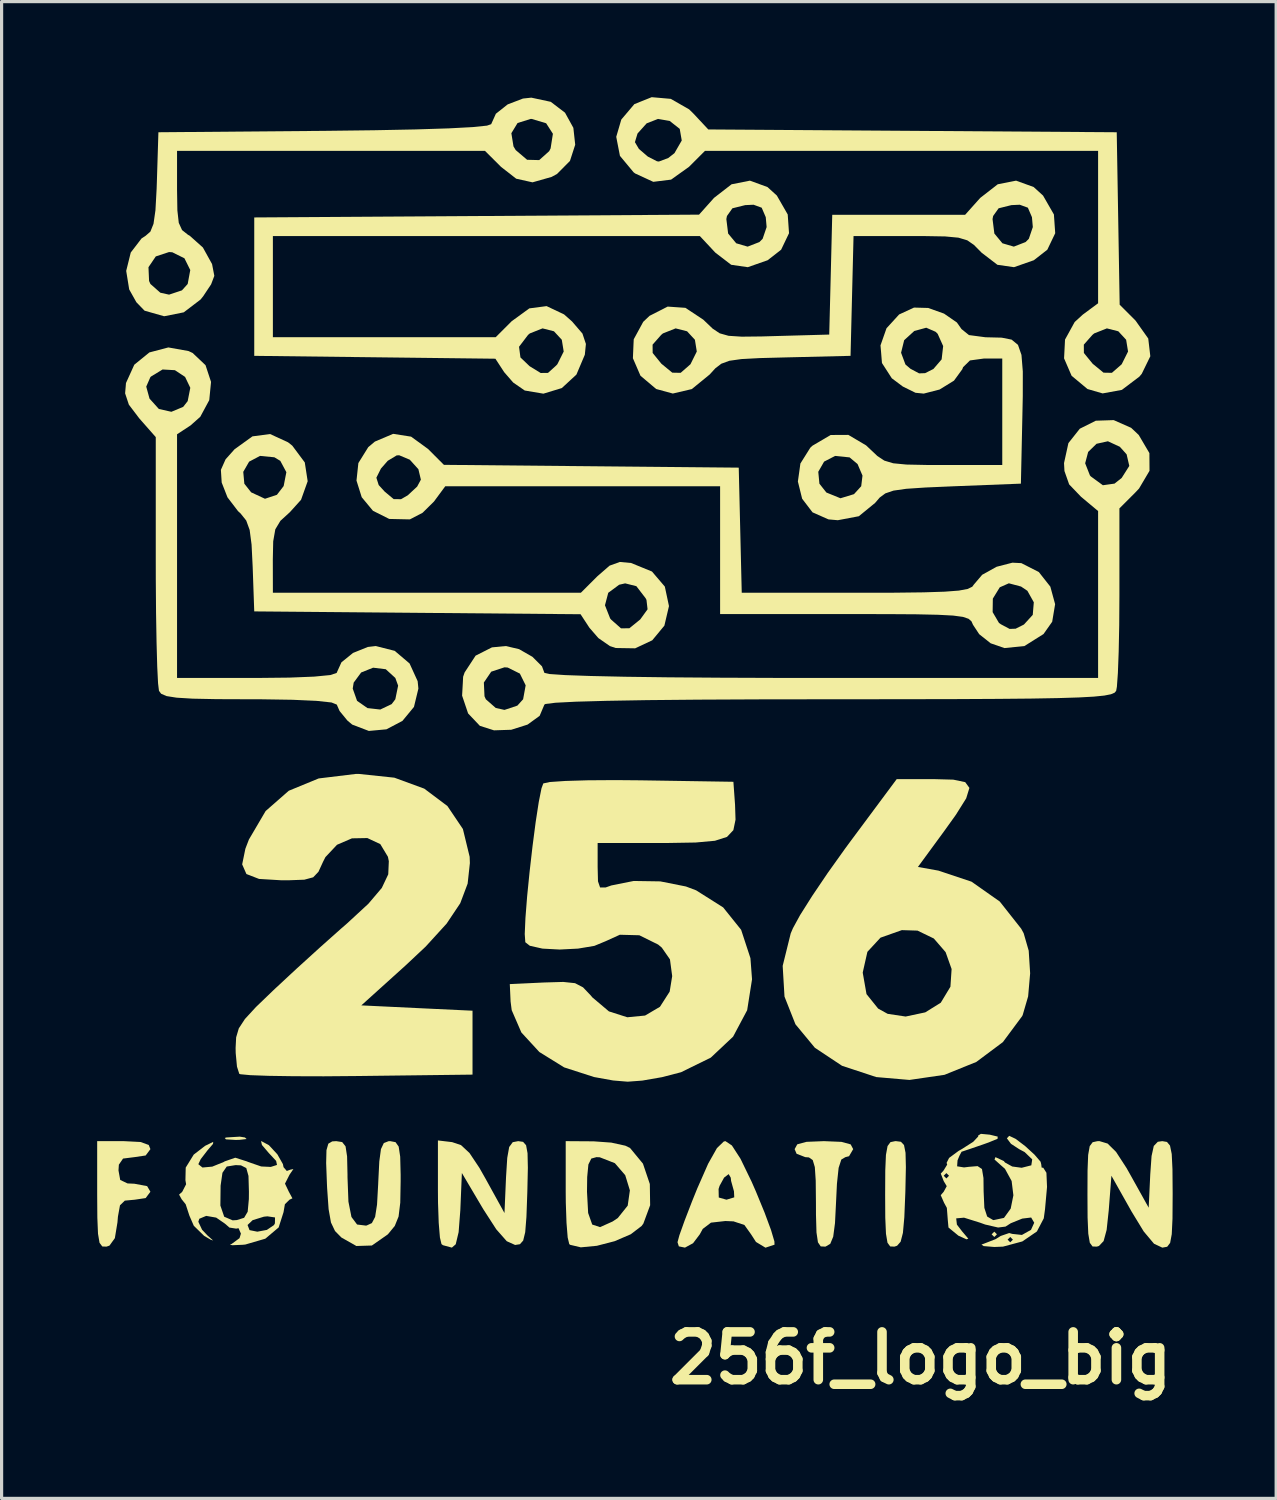
<source format=kicad_pcb>
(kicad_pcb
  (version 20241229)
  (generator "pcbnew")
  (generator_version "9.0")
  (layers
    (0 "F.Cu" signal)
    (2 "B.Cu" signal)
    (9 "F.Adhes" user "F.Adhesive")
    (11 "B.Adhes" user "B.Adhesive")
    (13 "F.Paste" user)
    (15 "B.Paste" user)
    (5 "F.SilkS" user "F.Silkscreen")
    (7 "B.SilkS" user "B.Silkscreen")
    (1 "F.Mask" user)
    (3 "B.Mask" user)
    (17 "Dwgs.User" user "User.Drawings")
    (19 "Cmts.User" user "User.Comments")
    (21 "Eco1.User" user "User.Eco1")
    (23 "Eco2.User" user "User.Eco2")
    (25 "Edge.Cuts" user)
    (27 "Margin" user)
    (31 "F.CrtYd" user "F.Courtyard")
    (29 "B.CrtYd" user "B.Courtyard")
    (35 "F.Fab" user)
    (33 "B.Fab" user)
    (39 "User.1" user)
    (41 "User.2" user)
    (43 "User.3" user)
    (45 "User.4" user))
  (footprint "256f_logo_big"
    (layer "F.Cu")
    (at 16.878 19.566)
    (property "Reference" "256f_logo_big" (at 8.97 20.01 0) (layer "F.SilkS") (effects (font (size 1.5 1.5) (thickness 0.3))))
    (attr board_only exclude_from_pos_files exclude_from_bom)
    (fp_poly (pts (xy 11.363 16.126) (xy 11.28 16.209) (xy 11.196 16.126) (xy 11.28 16.042)) (stroke (width 0) (type solid)) (fill yes) (layer "F.SilkS"))
    (fp_poly (pts (xy -12.24 13.086) (xy -12.188 13.135) (xy -12.42 13.161) (xy -12.533 13.163) (xy -12.837 13.145) (xy -12.873 13.102) (xy -12.825 13.086) (xy -12.402 13.06)) (stroke (width 0) (type solid)) (fill yes) (layer "F.SilkS"))
    (fp_poly (pts (xy 8.35 13.221) (xy 8.446 13.323) (xy 8.494 13.567) (xy 8.505 14.015) (xy 8.49 14.728) (xy 8.487 14.829) (xy 8.456 15.591) (xy 8.412 16.08) (xy 8.34 16.358) (xy 8.229 16.484) (xy 8.146 16.512) (xy 8.013 16.506) (xy 7.928 16.391) (xy 7.88 16.108) (xy 7.858 15.6) (xy 7.854 14.885) (xy 7.858 14.121) (xy 7.879 13.632) (xy 7.93 13.355) (xy 8.021 13.232) (xy 8.166 13.202) (xy 8.194 13.201)) (stroke (width 0) (type solid)) (fill yes) (layer "F.SilkS"))
    (fp_poly (pts (xy -15.517 13.228) (xy -15.26 13.321) (xy -15.207 13.452) (xy -15.356 13.651) (xy -15.708 13.703) (xy -16.066 13.748) (xy -16.197 13.939) (xy -16.209 14.12) (xy -16.155 14.419) (xy -15.926 14.528) (xy -15.708 14.538) (xy -15.31 14.613) (xy -15.207 14.789) (xy -15.356 14.988) (xy -15.698 15.039) (xy -16.01 15.068) (xy -16.162 15.215) (xy -16.227 15.573) (xy -16.241 15.748) (xy -16.323 16.246) (xy -16.492 16.48) (xy -16.585 16.512) (xy -16.718 16.507) (xy -16.804 16.391) (xy -16.852 16.107) (xy -16.873 15.599) (xy -16.878 14.885) (xy -16.878 13.201) (xy -16.042 13.201)) (stroke (width 0) (type solid)) (fill yes) (layer "F.SilkS"))
    (fp_poly (pts (xy 6.486 13.224) (xy 6.772 13.303) (xy 6.851 13.452) (xy 6.721 13.674) (xy 6.607 13.703) (xy 6.479 13.778) (xy 6.394 14.039) (xy 6.341 14.54) (xy 6.315 15.079) (xy 6.28 15.774) (xy 6.224 16.2) (xy 6.132 16.423) (xy 5.987 16.509) (xy 5.974 16.512) (xy 5.832 16.505) (xy 5.745 16.377) (xy 5.699 16.067) (xy 5.683 15.513) (xy 5.682 15.135) (xy 5.675 14.441) (xy 5.647 14.016) (xy 5.581 13.795) (xy 5.462 13.712) (xy 5.347 13.703) (xy 5.075 13.598) (xy 5.013 13.452) (xy 5.096 13.301) (xy 5.385 13.223) (xy 5.932 13.201)) (stroke (width 0) (type solid)) (fill yes) (layer "F.SilkS"))
    (fp_poly (pts (xy -5.737 13.232) (xy -5.459 13.325) (xy -5.193 13.572) (xy -4.884 14.035) (xy -4.693 14.371) (xy -4.094 15.457) (xy -4.045 14.329) (xy -4.007 13.726) (xy -3.946 13.385) (xy -3.835 13.234) (xy -3.663 13.201) (xy -3.51 13.223) (xy -3.416 13.329) (xy -3.37 13.58) (xy -3.36 14.038) (xy -3.376 14.764) (xy -3.378 14.831) (xy -3.405 15.581) (xy -3.443 16.058) (xy -3.507 16.322) (xy -3.609 16.436) (xy -3.76 16.46) (xy -4.022 16.342) (xy -4.352 15.968) (xy -4.763 15.331) (xy -5.431 14.201) (xy -5.48 15.372) (xy -5.533 16.057) (xy -5.624 16.438) (xy -5.745 16.543) (xy -6.026 16.467) (xy -6.071 16.432) (xy -6.12 16.226) (xy -6.158 15.766) (xy -6.18 15.132) (xy -6.183 14.75) (xy -6.183 13.179)) (stroke (width 0) (type solid)) (fill yes) (layer "F.SilkS"))
    (fp_poly (pts (xy -1.295 13.207) (xy -0.742 13.247) (xy -0.3 13.344) (xy -0.153 13.416) (xy 0.252 13.907) (xy 0.468 14.546) (xy 0.478 15.213) (xy 0.265 15.789) (xy 0.209 15.865) (xy -0.131 16.124) (xy -0.636 16.341) (xy -1.195 16.486) (xy -1.698 16.534) (xy -2.033 16.455) (xy -2.061 16.432) (xy -2.11 16.226) (xy -2.147 15.766) (xy -2.169 15.133) (xy -2.172 14.789) (xy -1.504 14.789) (xy -1.468 15.456) (xy -1.34 15.819) (xy -1.094 15.9) (xy -0.702 15.724) (xy -0.538 15.615) (xy -0.226 15.225) (xy -0.158 14.746) (xy -0.304 14.27) (xy -0.629 13.893) (xy -1.102 13.708) (xy -1.207 13.703) (xy -1.369 13.748) (xy -1.46 13.933) (xy -1.498 14.328) (xy -1.504 14.789) (xy -2.172 14.789) (xy -2.172 14.761) (xy -2.172 13.201)) (stroke (width 0) (type solid)) (fill yes) (layer "F.SilkS"))
    (fp_poly (pts (xy 3.044 13.337) (xy 3.314 13.754) (xy 3.661 14.47) (xy 3.797 14.78) (xy 4.07 15.444) (xy 4.272 15.99) (xy 4.378 16.348) (xy 4.382 16.451) (xy 4.098 16.545) (xy 3.8 16.365) (xy 3.646 16.126) (xy 3.437 15.833) (xy 3.095 15.719) (xy 2.841 15.708) (xy 2.387 15.759) (xy 2.129 15.956) (xy 2.036 16.126) (xy 1.825 16.405) (xy 1.571 16.543) (xy 1.379 16.504) (xy 1.337 16.373) (xy 1.397 16.152) (xy 1.558 15.701) (xy 1.792 15.094) (xy 1.95 14.703) (xy 2.626 14.703) (xy 2.632 14.97) (xy 2.874 15.039) (xy 3.118 14.965) (xy 3.109 14.775) (xy 3.019 14.45) (xy 3.008 14.348) (xy 2.943 14.236) (xy 2.799 14.346) (xy 2.658 14.603) (xy 2.626 14.703) (xy 1.95 14.703) (xy 1.95 14.702) (xy 2.299 13.909) (xy 2.575 13.419) (xy 2.79 13.212) (xy 2.841 13.201)) (stroke (width 0) (type solid)) (fill yes) (layer "F.SilkS"))
    (fp_poly (pts (xy 16.7 13.226) (xy 16.795 13.341) (xy 16.849 13.605) (xy 16.872 14.08) (xy 16.878 14.826) (xy 16.878 14.872) (xy 16.873 15.634) (xy 16.85 16.121) (xy 16.799 16.395) (xy 16.706 16.516) (xy 16.56 16.543) (xy 16.552 16.543) (xy 16.293 16.421) (xy 15.97 16.036) (xy 15.591 15.415) (xy 14.956 14.287) (xy 14.872 15.372) (xy 14.806 15.987) (xy 14.711 16.338) (xy 14.564 16.492) (xy 14.496 16.512) (xy 14.363 16.507) (xy 14.278 16.391) (xy 14.23 16.107) (xy 14.208 15.599) (xy 14.204 14.885) (xy 14.207 14.123) (xy 14.226 13.634) (xy 14.275 13.358) (xy 14.367 13.235) (xy 14.515 13.202) (xy 14.583 13.201) (xy 14.837 13.277) (xy 15.102 13.539) (xy 15.428 14.041) (xy 15.544 14.246) (xy 16.126 15.29) (xy 16.175 14.246) (xy 16.216 13.669) (xy 16.286 13.352) (xy 16.412 13.221) (xy 16.551 13.201)) (stroke (width 0) (type solid)) (fill yes) (layer "F.SilkS"))
    (fp_poly (pts (xy -7.513 13.233) (xy -7.415 13.372) (xy -7.367 13.689) (xy -7.353 14.251) (xy -7.353 14.462) (xy -7.365 15.133) (xy -7.418 15.567) (xy -7.537 15.862) (xy -7.743 16.113) (xy -7.763 16.133) (xy -8.256 16.477) (xy -8.743 16.492) (xy -9.212 16.226) (xy -9.413 16.022) (xy -9.54 15.754) (xy -9.614 15.336) (xy -9.66 14.683) (xy -9.666 14.555) (xy -9.691 13.886) (xy -9.681 13.484) (xy -9.623 13.281) (xy -9.501 13.209) (xy -9.376 13.201) (xy -9.188 13.23) (xy -9.082 13.365) (xy -9.034 13.68) (xy -9.021 14.247) (xy -9.021 14.329) (xy -8.992 15.1) (xy -8.897 15.582) (xy -8.72 15.818) (xy -8.443 15.852) (xy -8.419 15.848) (xy -8.256 15.773) (xy -8.154 15.578) (xy -8.094 15.193) (xy -8.058 14.548) (xy -8.056 14.495) (xy -8.023 13.839) (xy -7.971 13.451) (xy -7.881 13.261) (xy -7.733 13.203) (xy -7.68 13.201)) (stroke (width 0) (type solid)) (fill yes) (layer "F.SilkS"))
    (fp_poly (pts (xy 9.994 1.855) (xy 10.367 1.933) (xy 10.499 2.114) (xy 10.398 2.442) (xy 10.074 2.958) (xy 9.706 3.472) (xy 8.883 4.595) (xy 9.526 4.71) (xy 10.565 5.057) (xy 11.451 5.68) (xy 12.125 6.534) (xy 12.202 6.676) (xy 12.36 7.223) (xy 12.405 7.934) (xy 12.342 8.657) (xy 12.172 9.241) (xy 12.154 9.278) (xy 11.549 10.093) (xy 10.716 10.715) (xy 9.718 11.119) (xy 8.617 11.28) (xy 7.574 11.19) (xy 6.501 10.836) (xy 5.649 10.271) (xy 5.039 9.534) (xy 4.695 8.664) (xy 4.651 7.922) (xy 7.152 7.922) (xy 7.269 8.586) (xy 7.634 9.04) (xy 7.932 9.205) (xy 8.497 9.29) (xy 9.113 9.159) (xy 9.6 8.856) (xy 9.903 8.354) (xy 9.94 7.799) (xy 9.752 7.269) (xy 9.382 6.841) (xy 8.87 6.593) (xy 8.378 6.578) (xy 7.708 6.815) (xy 7.297 7.259) (xy 7.152 7.902) (xy 7.152 7.922) (xy 4.651 7.922) (xy 4.638 7.7) (xy 4.89 6.681) (xy 4.96 6.517) (xy 5.184 6.107) (xy 5.564 5.505) (xy 6.052 4.783) (xy 6.6 4.015) (xy 6.757 3.802) (xy 8.217 1.838) (xy 9.372 1.838)) (stroke (width 0) (type solid)) (fill yes) (layer "F.SilkS"))
    (fp_poly (pts (xy -7.55 1.793) (xy -6.612 2.137) (xy -5.885 2.683) (xy -5.399 3.404) (xy -5.187 4.276) (xy -5.18 4.474) (xy -5.25 5.118) (xy -5.482 5.734) (xy -5.91 6.374) (xy -6.567 7.094) (xy -7.202 7.69) (xy -8.587 8.94) (xy -6.842 9.024) (xy -5.097 9.107) (xy -5.097 10.11) (xy -5.097 11.113) (xy -8.7 11.157) (xy -9.766 11.166) (xy -10.717 11.163) (xy -11.503 11.151) (xy -12.075 11.13) (xy -12.382 11.101) (xy -12.418 11.088) (xy -12.49 10.862) (xy -12.53 10.437) (xy -12.533 10.277) (xy -12.516 9.943) (xy -12.433 9.662) (xy -12.24 9.367) (xy -11.892 8.989) (xy -11.343 8.461) (xy -11.305 8.425) (xy -10.627 7.795) (xy -9.89 7.125) (xy -9.222 6.53) (xy -9.034 6.367) (xy -8.364 5.748) (xy -7.944 5.253) (xy -7.742 4.826) (xy -7.724 4.415) (xy -7.752 4.276) (xy -7.991 3.879) (xy -8.398 3.688) (xy -8.881 3.697) (xy -9.35 3.899) (xy -9.714 4.286) (xy -9.789 4.434) (xy -9.933 4.747) (xy -10.098 4.92) (xy -10.376 4.995) (xy -10.862 5.013) (xy -11.103 5.013) (xy -11.797 4.971) (xy -12.194 4.817) (xy -12.327 4.514) (xy -12.226 4.022) (xy -12.115 3.733) (xy -11.59 2.839) (xy -10.864 2.203) (xy -9.926 1.817) (xy -8.764 1.676) (xy -8.667 1.675)) (stroke (width 0) (type solid)) (fill yes) (layer "F.SilkS"))
    (fp_poly (pts (xy 1.126 -19.513) (xy 1.702 -19.183) (xy 1.836 -19.052) (xy 2.303 -18.553) (xy 8.713 -18.509) (xy 15.123 -18.465) (xy 15.169 -15.758) (xy 15.215 -13.052) (xy 15.712 -12.555) (xy 16.112 -11.991) (xy 16.177 -11.434) (xy 15.908 -10.883) (xy 15.833 -10.794) (xy 15.284 -10.379) (xy 14.68 -10.268) (xy 14.204 -10.406) (xy 13.706 -10.822) (xy 13.47 -11.368) (xy 13.492 -11.799) (xy 14.09 -11.799) (xy 14.092 -11.537) (xy 14.367 -11.2) (xy 14.371 -11.196) (xy 14.709 -10.919) (xy 14.971 -10.914) (xy 15.275 -11.18) (xy 15.279 -11.184) (xy 15.478 -11.583) (xy 15.418 -11.952) (xy 15.172 -12.218) (xy 14.814 -12.309) (xy 14.415 -12.151) (xy 14.359 -12.104) (xy 14.09 -11.799) (xy 13.492 -11.799) (xy 13.5 -11.958) (xy 13.803 -12.509) (xy 14.058 -12.742) (xy 14.538 -13.097) (xy 14.538 -15.489) (xy 14.538 -17.88) (xy 8.368 -17.88) (xy 2.198 -17.88) (xy 1.697 -17.379) (xy 1.135 -16.978) (xy 0.576 -16.909) (xy 0.008 -17.171) (xy -0.042 -17.209) (xy -0.47 -17.724) (xy -0.554 -18.154) (xy 0 -18.154) (xy 0.126 -17.941) (xy 0.406 -17.701) (xy 0.693 -17.554) (xy 0.752 -17.546) (xy 1.046 -17.656) (xy 1.241 -17.809) (xy 1.47 -18.206) (xy 1.407 -18.571) (xy 1.091 -18.82) (xy 0.724 -18.883) (xy 0.368 -18.744) (xy 0.082 -18.425) (xy 0 -18.154) (xy -0.554 -18.154) (xy -0.586 -18.322) (xy -0.427 -18.864) (xy -0.017 -19.348) (xy 0.527 -19.566)) (stroke (width 0) (type solid)) (fill yes) (layer "F.SilkS"))
    (fp_poly (pts (xy 4.161 -16.745) (xy 4.455 -16.478) (xy 4.796 -15.885) (xy 4.837 -15.296) (xy 4.589 -14.778) (xy 4.166 -14.448) (xy 3.543 -14.23) (xy 3.022 -14.305) (xy 2.525 -14.686) (xy 2.507 -14.705) (xy 2.038 -15.207) (xy -4.662 -15.207) (xy -11.363 -15.207) (xy -11.363 -13.619) (xy -11.363 -12.032) (xy -7.867 -12.032) (xy -4.37 -12.032) (xy -3.869 -12.533) (xy -3.314 -12.937) (xy -2.772 -13.008) (xy -2.224 -12.748) (xy -1.973 -12.526) (xy -1.647 -12.147) (xy -1.538 -11.82) (xy -1.572 -11.482) (xy -1.836 -10.859) (xy -2.294 -10.436) (xy -2.872 -10.26) (xy -3.458 -10.359) (xy -3.821 -10.61) (xy -4.102 -10.933) (xy -4.379 -11.357) (xy -8.164 -11.402) (xy -11.948 -11.447) (xy -11.948 -11.732) (xy -3.637 -11.732) (xy -3.593 -11.397) (xy -3.305 -11.122) (xy -2.958 -10.909) (xy -2.728 -10.912) (xy -2.472 -11.143) (xy -2.434 -11.184) (xy -2.235 -11.583) (xy -2.295 -11.952) (xy -2.541 -12.218) (xy -2.899 -12.309) (xy -3.298 -12.151) (xy -3.354 -12.104) (xy -3.637 -11.732) (xy -11.948 -11.732) (xy -11.948 -13.619) (xy -11.948 -15.74) (xy 2.87 -15.74) (xy 2.926 -15.286) (xy 3.18 -14.98) (xy 3.538 -14.875) (xy 3.908 -15.019) (xy 4.009 -15.121) (xy 4.134 -15.489) (xy 4.107 -15.799) (xy 3.979 -16.097) (xy 3.724 -16.19) (xy 3.462 -16.178) (xy 3.06 -16.078) (xy 2.889 -15.837) (xy 2.87 -15.74) (xy -11.948 -15.74) (xy -11.948 -15.791) (xy -4.967 -15.835) (xy 2.013 -15.879) (xy 2.484 -16.406) (xy 3.034 -16.832) (xy 3.61 -16.946)) (stroke (width 0) (type solid)) (fill yes) (layer "F.SilkS"))
    (fp_poly (pts (xy -10.888 -8.734) (xy -10.754 -8.628) (xy -10.362 -8.102) (xy -10.271 -7.512) (xy -10.479 -6.929) (xy -10.83 -6.54) (xy -11.127 -6.269) (xy -11.287 -6.002) (xy -11.353 -5.626) (xy -11.365 -5.055) (xy -11.363 -4.011) (xy -6.53 -4.011) (xy -1.697 -4.011) (xy -1.176 -4.531) (xy -0.795 -4.862) (xy -0.472 -4.978) (xy -0.119 -4.945) (xy 0.535 -4.678) (xy 0.939 -4.205) (xy 1.069 -3.593) (xy 0.925 -2.979) (xy 0.544 -2.519) (xy 0.008 -2.267) (xy -0.603 -2.277) (xy -0.784 -2.337) (xy -1.147 -2.589) (xy -1.428 -2.913) (xy -1.706 -3.337) (xy -6.827 -3.381) (xy -11.948 -3.426) (xy -11.955 -3.618) (xy -0.94 -3.618) (xy -0.777 -3.205) (xy -0.741 -3.163) (xy -0.437 -2.895) (xy -0.175 -2.896) (xy 0.16 -3.168) (xy 0.171 -3.179) (xy 0.397 -3.492) (xy 0.363 -3.787) (xy 0.337 -3.838) (xy 0.045 -4.218) (xy -0.306 -4.306) (xy -0.494 -4.263) (xy -0.837 -4.01) (xy -0.94 -3.618) (xy -11.955 -3.618) (xy -11.997 -4.818) (xy -12.032 -5.524) (xy -12.092 -5.982) (xy -12.2 -6.279) (xy -12.379 -6.502) (xy -12.457 -6.573) (xy -12.788 -7.006) (xy -12.97 -7.471) (xy -12.991 -7.806) (xy -12.293 -7.806) (xy -12.259 -7.434) (xy -12.045 -7.163) (xy -11.611 -6.961) (xy -11.236 -7.086) (xy -11.025 -7.36) (xy -10.94 -7.796) (xy -11.13 -8.151) (xy -11.316 -8.263) (xy -11.765 -8.307) (xy -12.109 -8.126) (xy -12.293 -7.806) (xy -12.991 -7.806) (xy -12.995 -7.869) (xy -12.848 -8.199) (xy -12.565 -8.516) (xy -12.004 -8.92) (xy -11.451 -8.993)) (stroke (width 0) (type solid)) (fill yes) (layer "F.SilkS"))
    (fp_poly (pts (xy 0.18 1.876) (xy 3.091 1.922) (xy 3.143 2.644) (xy 3.158 3.112) (xy 3.09 3.44) (xy 2.89 3.652) (xy 2.512 3.773) (xy 1.906 3.828) (xy 1.024 3.843) (xy 0.815 3.843) (xy -1.17 3.843) (xy -1.17 4.591) (xy -1.159 5.047) (xy -1.093 5.239) (xy -0.919 5.239) (xy -0.741 5.176) (xy -0.038 5.035) (xy 0.796 5.048) (xy 1.601 5.208) (xy 1.922 5.329) (xy 2.77 5.865) (xy 3.334 6.568) (xy 3.626 7.458) (xy 3.676 8.122) (xy 3.523 9.092) (xy 3.082 9.921) (xy 2.381 10.58) (xy 1.448 11.038) (xy 0.851 11.193) (xy 0.229 11.301) (xy -0.228 11.335) (xy -0.683 11.297) (xy -1.282 11.189) (xy -2.221 10.886) (xy -2.999 10.404) (xy -3.564 9.79) (xy -3.867 9.091) (xy -3.902 8.819) (xy -3.927 8.272) (xy -2.844 8.221) (xy -2.249 8.204) (xy -1.879 8.243) (xy -1.628 8.374) (xy -1.387 8.627) (xy -1.34 8.685) (xy -0.816 9.128) (xy -0.239 9.313) (xy 0.319 9.259) (xy 0.786 8.984) (xy 1.091 8.508) (xy 1.17 8.021) (xy 1.1 7.496) (xy 0.843 7.126) (xy 0.729 7.031) (xy 0.139 6.739) (xy -0.473 6.723) (xy -0.929 6.93) (xy -1.273 7.072) (xy -1.786 7.158) (xy -2.363 7.187) (xy -2.902 7.158) (xy -3.298 7.069) (xy -3.44 6.958) (xy -3.458 6.702) (xy -3.436 6.197) (xy -3.383 5.519) (xy -3.305 4.742) (xy -3.213 3.94) (xy -3.115 3.187) (xy -3.018 2.557) (xy -2.932 2.126) (xy -2.875 1.973) (xy -2.669 1.929) (xy -2.186 1.896) (xy -1.482 1.875) (xy -0.616 1.869)) (stroke (width 0) (type solid)) (fill yes) (layer "F.SilkS"))
    (fp_poly (pts (xy -2.641 -19.42) (xy -2.194 -19.079) (xy -1.932 -18.604) (xy -1.874 -18.074) (xy -2.039 -17.564) (xy -2.447 -17.154) (xy -2.616 -17.063) (xy -3.214 -16.893) (xy -3.726 -17.007) (xy -4.203 -17.379) (xy -4.705 -17.88) (xy -9.538 -17.88) (xy -14.371 -17.88) (xy -14.371 -16.655) (xy -14.361 -16.014) (xy -14.317 -15.622) (xy -14.214 -15.395) (xy -14.029 -15.248) (xy -13.972 -15.216) (xy -13.56 -14.848) (xy -13.272 -14.328) (xy -13.201 -13.958) (xy -13.302 -13.691) (xy -13.553 -13.314) (xy -13.634 -13.214) (xy -14.16 -12.813) (xy -14.777 -12.69) (xy -15.385 -12.863) (xy -15.394 -12.868) (xy -15.647 -13.129) (xy -15.873 -13.532) (xy -15.967 -14.114) (xy -15.938 -14.229) (xy -15.268 -14.229) (xy -15.249 -13.797) (xy -15.207 -13.703) (xy -14.896 -13.429) (xy -14.622 -13.368) (xy -14.217 -13.503) (xy -14.037 -13.703) (xy -13.956 -14.14) (xy -14.139 -14.509) (xy -14.52 -14.698) (xy -14.622 -14.705) (xy -15.038 -14.568) (xy -15.268 -14.229) (xy -15.938 -14.229) (xy -15.824 -14.69) (xy -15.485 -15.132) (xy -15.357 -15.216) (xy -15.208 -15.346) (xy -15.11 -15.59) (xy -15.049 -16.015) (xy -15.012 -16.688) (xy -15.004 -16.922) (xy -14.957 -18.435) (xy -3.878 -18.435) (xy -3.811 -18.021) (xy -3.742 -17.906) (xy -3.384 -17.601) (xy -3.004 -17.591) (xy -2.69 -17.872) (xy -2.646 -17.959) (xy -2.574 -18.417) (xy -2.786 -18.747) (xy -3.237 -18.882) (xy -3.273 -18.883) (xy -3.683 -18.755) (xy -3.878 -18.435) (xy -14.957 -18.435) (xy -14.956 -18.465) (xy -9.734 -18.509) (xy -8.178 -18.528) (xy -6.875 -18.554) (xy -5.84 -18.587) (xy -5.09 -18.627) (xy -4.642 -18.673) (xy -4.512 -18.718) (xy -4.364 -19.046) (xy -3.994 -19.339) (xy -3.513 -19.523) (xy -3.251 -19.551)) (stroke (width 0) (type solid)) (fill yes) (layer "F.SilkS"))
    (fp_poly (pts (xy 12.515 -16.746) (xy 12.81 -16.478) (xy 13.151 -15.885) (xy 13.192 -15.296) (xy 12.944 -14.778) (xy 12.521 -14.448) (xy 11.898 -14.23) (xy 11.377 -14.305) (xy 10.88 -14.686) (xy 10.862 -14.705) (xy 10.642 -14.928) (xy 10.432 -15.073) (xy 10.156 -15.156) (xy 9.739 -15.195) (xy 9.105 -15.206) (xy 8.628 -15.207) (xy 6.862 -15.207) (xy 6.815 -13.327) (xy 6.768 -11.447) (xy 4.77 -11.399) (xy 3.924 -11.377) (xy 3.344 -11.346) (xy 2.963 -11.292) (xy 2.712 -11.2) (xy 2.523 -11.055) (xy 2.347 -10.862) (xy 1.786 -10.404) (xy 1.19 -10.264) (xy 0.668 -10.406) (xy 0.175 -10.822) (xy -0.063 -11.372) (xy -0.045 -11.799) (xy 0.555 -11.799) (xy 0.557 -11.537) (xy 0.831 -11.2) (xy 0.836 -11.196) (xy 1.173 -10.919) (xy 1.436 -10.914) (xy 1.74 -11.18) (xy 1.744 -11.184) (xy 1.942 -11.583) (xy 1.883 -11.952) (xy 1.637 -12.218) (xy 1.278 -12.309) (xy 0.879 -12.151) (xy 0.824 -12.104) (xy 0.555 -11.799) (xy -0.045 -11.799) (xy -0.037 -11.967) (xy 0.261 -12.515) (xy 0.459 -12.703) (xy 1.028 -12.993) (xy 1.585 -12.954) (xy 2.147 -12.582) (xy 2.204 -12.527) (xy 2.443 -12.299) (xy 2.662 -12.154) (xy 2.939 -12.076) (xy 3.353 -12.049) (xy 3.983 -12.056) (xy 4.405 -12.068) (xy 6.099 -12.115) (xy 6.147 -13.995) (xy 6.19 -15.74) (xy 11.225 -15.74) (xy 11.282 -15.286) (xy 11.535 -14.98) (xy 11.893 -14.875) (xy 12.263 -15.019) (xy 12.364 -15.121) (xy 12.489 -15.489) (xy 12.462 -15.799) (xy 12.334 -16.097) (xy 12.079 -16.19) (xy 11.817 -16.178) (xy 11.415 -16.078) (xy 11.244 -15.837) (xy 11.225 -15.74) (xy 6.19 -15.74) (xy 6.194 -15.875) (xy 8.28 -15.875) (xy 10.365 -15.875) (xy 10.838 -16.404) (xy 11.388 -16.832) (xy 11.964 -16.946)) (stroke (width 0) (type solid)) (fill yes) (layer "F.SilkS"))
    (fp_poly (pts (xy -14.012 -11.598) (xy -13.882 -11.537) (xy -13.477 -11.154) (xy -13.304 -10.629) (xy -13.36 -10.057) (xy -13.642 -9.534) (xy -13.946 -9.264) (xy -14.371 -8.985) (xy -14.371 -5.161) (xy -14.371 -1.337) (xy -11.864 -1.337) (xy -10.843 -1.348) (xy -10.066 -1.379) (xy -9.562 -1.428) (xy -9.36 -1.495) (xy -9.358 -1.504) (xy -9.212 -1.827) (xy -8.849 -2.122) (xy -8.383 -2.31) (xy -8.134 -2.339) (xy -7.54 -2.188) (xy -7.073 -1.792) (xy -6.819 -1.236) (xy -6.796 -1.003) (xy -6.935 -0.428) (xy -7.297 0.011) (xy -7.798 0.275) (xy -8.351 0.326) (xy -8.873 0.127) (xy -9.024 0) (xy -9.269 -0.299) (xy -9.358 -0.501) (xy -9.521 -0.567) (xy -9.992 -0.618) (xy -10.746 -0.652) (xy -11.759 -0.668) (xy -12.097 -0.668) (xy -13.131 -0.672) (xy -13.879 -0.687) (xy -14.386 -0.718) (xy -14.701 -0.768) (xy -14.871 -0.842) (xy -14.938 -0.933) (xy -14.947 -1.003) (xy -8.857 -1.003) (xy -8.721 -0.619) (xy -8.394 -0.391) (xy -7.993 -0.346) (xy -7.635 -0.516) (xy -7.52 -0.668) (xy -7.432 -1.096) (xy -7.52 -1.337) (xy -7.82 -1.611) (xy -8.217 -1.659) (xy -8.592 -1.509) (xy -8.827 -1.191) (xy -8.857 -1.003) (xy -14.947 -1.003) (xy -14.967 -1.17) (xy -14.993 -1.691) (xy -15.014 -2.444) (xy -15.03 -3.378) (xy -15.038 -4.442) (xy -15.039 -5.047) (xy -15.039 -8.896) (xy -15.557 -9.485) (xy -15.884 -9.916) (xy -16.001 -10.27) (xy -15.983 -10.481) (xy -15.338 -10.481) (xy -15.235 -10.105) (xy -14.942 -9.78) (xy -14.549 -9.691) (xy -14.179 -9.845) (xy -14.037 -10.026) (xy -13.955 -10.444) (xy -14.119 -10.786) (xy -14.438 -10.997) (xy -14.825 -11.019) (xy -15.19 -10.797) (xy -15.211 -10.773) (xy -15.338 -10.481) (xy -15.983 -10.481) (xy -15.974 -10.594) (xy -15.713 -11.169) (xy -15.24 -11.554) (xy -14.644 -11.711)) (stroke (width 0) (type solid)) (fill yes) (layer "F.SilkS"))
    (fp_poly (pts (xy -7.025 -8.911) (xy -6.494 -8.525) (xy -5.995 -8.026) (xy -1.368 -7.982) (xy 3.259 -7.938) (xy 3.306 -5.974) (xy 3.353 -4.011) (xy 6.945 -4.011) (xy 8.15 -4.013) (xy 9.061 -4.024) (xy 9.72 -4.045) (xy 10.167 -4.079) (xy 10.442 -4.13) (xy 10.588 -4.2) (xy 10.637 -4.267) (xy 10.9 -4.576) (xy 11.353 -4.827) (xy 11.849 -4.955) (xy 12.129 -4.941) (xy 12.677 -4.662) (xy 13.039 -4.203) (xy 13.189 -3.653) (xy 13.097 -3.101) (xy 12.825 -2.715) (xy 12.226 -2.339) (xy 11.599 -2.275) (xy 11.166 -2.425) (xy 10.806 -2.711) (xy 10.611 -3.007) (xy 10.564 -3.113) (xy 10.472 -3.194) (xy 10.294 -3.254) (xy 9.989 -3.295) (xy 9.516 -3.32) (xy 8.834 -3.335) (xy 7.903 -3.341) (xy 6.681 -3.342) (xy 6.589 -3.342) (xy 2.674 -3.342) (xy 2.674 -3.403) (xy 11.228 -3.403) (xy 11.427 -3.064) (xy 11.488 -3.021) (xy 11.761 -2.876) (xy 11.95 -2.883) (xy 12.21 -3.014) (xy 12.487 -3.317) (xy 12.52 -3.712) (xy 12.319 -4.072) (xy 12.12 -4.206) (xy 11.737 -4.308) (xy 11.452 -4.182) (xy 11.234 -3.827) (xy 11.228 -3.403) (xy 2.674 -3.403) (xy 2.674 -5.347) (xy 2.674 -7.353) (xy -1.64 -7.353) (xy -5.953 -7.353) (xy -6.308 -6.873) (xy -6.665 -6.521) (xy -7.053 -6.319) (xy -7.077 -6.314) (xy -7.712 -6.328) (xy -8.222 -6.584) (xy -8.575 -7.01) (xy -8.739 -7.533) (xy -8.729 -7.622) (xy -8.115 -7.622) (xy -8.042 -7.392) (xy -7.854 -7.186) (xy -7.571 -6.95) (xy -7.341 -6.948) (xy -7.132 -7.068) (xy -6.835 -7.343) (xy -6.718 -7.561) (xy -6.796 -7.889) (xy -7.066 -8.187) (xy -7.399 -8.327) (xy -7.478 -8.322) (xy -7.758 -8.153) (xy -7.972 -7.908) (xy -8.115 -7.622) (xy -8.729 -7.622) (xy -8.68 -8.082) (xy -8.369 -8.582) (xy -8.162 -8.756) (xy -7.588 -8.999)) (stroke (width 0) (type solid)) (fill yes) (layer "F.SilkS"))
    (fp_poly (pts (xy 9.205 -12.95) (xy 9.702 -12.773) (xy 10.106 -12.494) (xy 10.251 -12.288) (xy 10.484 -12.099) (xy 11.006 -12.03) (xy 11.065 -12.029) (xy 11.512 -12.018) (xy 11.824 -11.956) (xy 12.023 -11.792) (xy 12.133 -11.476) (xy 12.175 -10.955) (xy 12.174 -10.181) (xy 12.162 -9.595) (xy 12.115 -7.436) (xy 9.999 -7.353) (xy 9.122 -7.315) (xy 8.515 -7.274) (xy 8.116 -7.217) (xy 7.86 -7.13) (xy 7.684 -7) (xy 7.538 -6.83) (xy 7.028 -6.413) (xy 6.368 -6.288) (xy 6.075 -6.314) (xy 5.575 -6.535) (xy 5.249 -6.962) (xy 5.115 -7.503) (xy 5.158 -7.808) (xy 5.755 -7.808) (xy 5.791 -7.434) (xy 6.01 -7.157) (xy 6.452 -6.977) (xy 6.876 -7.106) (xy 7.103 -7.355) (xy 7.143 -7.688) (xy 6.988 -8.051) (xy 6.738 -8.26) (xy 6.284 -8.306) (xy 5.938 -8.127) (xy 5.755 -7.808) (xy 5.158 -7.808) (xy 5.194 -8.068) (xy 5.505 -8.564) (xy 5.574 -8.628) (xy 6.144 -8.963) (xy 6.699 -8.966) (xy 7.256 -8.637) (xy 7.378 -8.522) (xy 7.61 -8.303) (xy 7.828 -8.159) (xy 8.107 -8.075) (xy 8.522 -8.035) (xy 9.147 -8.022) (xy 9.705 -8.021) (xy 11.53 -8.021) (xy 11.53 -9.692) (xy 11.53 -11.363) (xy 10.957 -11.363) (xy 10.516 -11.303) (xy 10.3 -11.091) (xy 10.276 -11.027) (xy 10.015 -10.669) (xy 9.563 -10.39) (xy 9.065 -10.262) (xy 8.806 -10.288) (xy 8.409 -10.484) (xy 8.063 -10.743) (xy 7.754 -11.222) (xy 7.728 -11.545) (xy 8.354 -11.545) (xy 8.491 -11.176) (xy 8.648 -11.042) (xy 8.92 -10.897) (xy 9.109 -10.904) (xy 9.369 -11.035) (xy 9.627 -11.336) (xy 9.675 -11.754) (xy 9.502 -12.139) (xy 9.436 -12.203) (xy 9.144 -12.33) (xy 8.768 -12.227) (xy 8.451 -11.938) (xy 8.354 -11.545) (xy 7.728 -11.545) (xy 7.708 -11.775) (xy 7.897 -12.313) (xy 8.293 -12.746) (xy 8.76 -12.962)) (stroke (width 0) (type solid)) (fill yes) (layer "F.SilkS"))
    (fp_poly (pts (xy -11.488 13.328) (xy -11.223 13.614) (xy -11.048 13.922) (xy -11.029 14.018) (xy -10.926 14.137) (xy -10.82 14.098) (xy -10.719 14.076) (xy -10.841 14.255) (xy -10.983 14.535) (xy -10.862 14.789) (xy -10.75 14.996) (xy -10.841 15.039) (xy -10.986 15.181) (xy -11.029 15.431) (xy -11.182 15.91) (xy -11.601 16.263) (xy -12.228 16.446) (xy -12.311 16.454) (xy -12.641 16.468) (xy -12.712 16.446) (xy -12.658 16.428) (xy -12.41 16.246) (xy -12.366 16.104) (xy -12.441 15.934) (xy -12.514 15.947) (xy -12.727 15.914) (xy -12.819 15.833) (xy -12.158 15.833) (xy -12.096 15.994) (xy -11.851 16.043) (xy -11.552 15.987) (xy -11.328 15.835) (xy -11.299 15.78) (xy -11.296 15.596) (xy -11.535 15.561) (xy -11.644 15.572) (xy -11.998 15.681) (xy -12.158 15.833) (xy -12.819 15.833) (xy -12.869 15.79) (xy -13.143 15.601) (xy -13.456 15.547) (xy -13.672 15.637) (xy -13.703 15.731) (xy -13.586 15.981) (xy -13.41 16.167) (xy -13.238 16.32) (xy -13.312 16.296) (xy -13.52 16.175) (xy -13.845 15.858) (xy -13.984 15.538) (xy -14.087 15.223) (xy -13.011 15.223) (xy -12.891 15.573) (xy -12.626 15.687) (xy -12.492 15.678) (xy -12.266 15.607) (xy -12.154 15.417) (xy -12.117 15.019) (xy -12.115 14.789) (xy -12.129 14.293) (xy -12.198 14.046) (xy -12.365 13.961) (xy -12.533 13.953) (xy -12.811 13.998) (xy -12.946 14.194) (xy -13.004 14.598) (xy -13.011 15.223) (xy -14.087 15.223) (xy -14.1 15.183) (xy -14.226 15.026) (xy -14.307 14.879) (xy -14.21 14.793) (xy -14.087 14.555) (xy -14.108 14.426) (xy -14.099 14.031) (xy -13.847 13.623) (xy -13.49 13.348) (xy -13.236 13.224) (xy -13.242 13.287) (xy -13.41 13.483) (xy -13.629 13.768) (xy -13.703 13.925) (xy -13.573 14.029) (xy -13.266 14.001) (xy -12.906 13.855) (xy -12.875 13.836) (xy -12.544 13.721) (xy -12.17 13.84) (xy -12.147 13.852) (xy -11.729 13.996) (xy -11.429 14.01) (xy -11.234 13.948) (xy -11.261 13.821) (xy -11.49 13.575) (xy -11.706 13.322) (xy -11.734 13.203) (xy -11.723 13.201)) (stroke (width 0) (type solid)) (fill yes) (layer "F.SilkS"))
    (fp_poly (pts (xy 15.575 -9.188) (xy 15.813 -8.964) (xy 16.148 -8.395) (xy 16.152 -7.839) (xy 15.823 -7.282) (xy 15.708 -7.16) (xy 15.207 -6.659) (xy 15.207 -3.928) (xy 15.201 -2.99) (xy 15.184 -2.158) (xy 15.159 -1.493) (xy 15.128 -1.06) (xy 15.105 -0.933) (xy 15.056 -0.874) (xy 14.94 -0.825) (xy 14.731 -0.784) (xy 14.403 -0.751) (xy 13.929 -0.725) (xy 13.284 -0.705) (xy 12.441 -0.69) (xy 11.375 -0.68) (xy 10.059 -0.673) (xy 8.467 -0.67) (xy 6.573 -0.668) (xy 6.081 -0.668) (xy 3.879 -0.665) (xy 1.979 -0.656) (xy 0.387 -0.641) (xy -0.893 -0.619) (xy -1.855 -0.592) (xy -2.495 -0.559) (xy -2.808 -0.52) (xy -2.841 -0.501) (xy -2.99 -0.148) (xy -3.37 0.127) (xy -3.881 0.289) (xy -4.423 0.307) (xy -4.866 0.166) (xy -5.236 -0.224) (xy -5.424 -0.782) (xy -5.401 -1.194) (xy -4.741 -1.194) (xy -4.721 -0.762) (xy -4.679 -0.668) (xy -4.368 -0.395) (xy -4.094 -0.334) (xy -3.689 -0.469) (xy -3.509 -0.668) (xy -3.429 -1.106) (xy -3.611 -1.474) (xy -3.993 -1.664) (xy -4.094 -1.671) (xy -4.51 -1.534) (xy -4.741 -1.194) (xy -5.401 -1.194) (xy -5.392 -1.374) (xy -5.345 -1.51) (xy -5 -2.037) (xy -4.487 -2.297) (xy -4.053 -2.339) (xy -3.636 -2.241) (xy -3.217 -2.001) (xy -2.917 -1.702) (xy -2.841 -1.497) (xy -2.676 -1.46) (xy -2.191 -1.427) (xy -1.4 -1.399) (xy -0.317 -1.375) (xy 1.044 -1.357) (xy 2.669 -1.345) (xy 4.545 -1.338) (xy 5.849 -1.337) (xy 14.538 -1.337) (xy 14.538 -3.957) (xy 14.538 -6.576) (xy 14.003 -7.023) (xy 13.629 -7.413) (xy 13.482 -7.832) (xy 13.469 -8.075) (xy 14.132 -8.075) (xy 14.281 -7.696) (xy 14.309 -7.663) (xy 14.688 -7.386) (xy 15.054 -7.437) (xy 15.278 -7.615) (xy 15.517 -7.992) (xy 15.433 -8.356) (xy 15.22 -8.593) (xy 14.846 -8.766) (xy 14.489 -8.687) (xy 14.226 -8.431) (xy 14.132 -8.075) (xy 13.469 -8.075) (xy 13.469 -8.083) (xy 13.606 -8.708) (xy 13.964 -9.16) (xy 14.465 -9.411) (xy 15.028 -9.43)) (stroke (width 0) (type solid)) (fill yes) (layer "F.SilkS"))
    (fp_poly (pts (xy 11.137 12.998) (xy 11.386 13.058) (xy 11.384 13.126) (xy 11.103 13.242) (xy 10.923 13.306) (xy 10.516 13.446) (xy 10.277 13.526) (xy 10.253 13.533) (xy 10.183 13.666) (xy 10.126 13.805) (xy 10.113 13.991) (xy 10.33 14.026) (xy 10.484 14.007) (xy 10.756 13.985) (xy 10.893 14.076) (xy 10.94 14.359) (xy 10.945 14.778) (xy 10.968 15.296) (xy 11.056 15.567) (xy 11.239 15.675) (xy 11.26 15.679) (xy 11.584 15.61) (xy 11.795 15.318) (xy 11.879 14.9) (xy 11.824 14.452) (xy 11.615 14.07) (xy 11.493 13.963) (xy 11.287 13.778) (xy 11.316 13.703) (xy 11.58 13.826) (xy 11.614 13.87) (xy 11.843 13.997) (xy 12.139 14.037) (xy 12.442 13.96) (xy 12.47 13.773) (xy 12.232 13.544) (xy 12.063 13.454) (xy 11.804 13.285) (xy 11.675 13.113) (xy 11.748 13.034) (xy 11.949 13.129) (xy 12.247 13.355) (xy 12.541 13.624) (xy 12.733 13.847) (xy 12.753 13.928) (xy 12.766 14.031) (xy 12.817 14.037) (xy 12.916 14.193) (xy 12.935 14.639) (xy 12.872 15.339) (xy 12.833 15.624) (xy 12.617 16.036) (xy 12.16 16.349) (xy 11.553 16.512) (xy 11.28 16.523) (xy 10.946 16.495) (xy 10.877 16.447) (xy 10.945 16.423) (xy 11.28 16.293) (xy 11.697 16.293) (xy 11.781 16.376) (xy 11.864 16.293) (xy 11.781 16.209) (xy 11.697 16.293) (xy 11.28 16.293) (xy 11.325 16.275) (xy 11.481 16.177) (xy 11.748 16.085) (xy 11.842 16.112) (xy 12.147 16.145) (xy 12.432 15.985) (xy 12.533 15.762) (xy 12.437 15.598) (xy 12.157 15.632) (xy 11.797 15.778) (xy 11.633 15.883) (xy 11.399 15.912) (xy 10.992 15.818) (xy 10.832 15.76) (xy 10.33 15.603) (xy 10.084 15.625) (xy 10.106 15.82) (xy 10.271 16.035) (xy 10.464 16.262) (xy 10.409 16.283) (xy 10.155 16.169) (xy 9.842 15.912) (xy 9.82 15.673) (xy 9.791 15.296) (xy 9.704 15.137) (xy 9.599 14.897) (xy 9.692 14.789) (xy 9.787 14.614) (xy 9.692 14.455) (xy 9.627 14.287) (xy 9.692 14.287) (xy 9.776 14.371) (xy 9.859 14.287) (xy 9.776 14.204) (xy 9.692 14.287) (xy 9.627 14.287) (xy 9.6 14.22) (xy 9.687 14.124) (xy 9.801 13.938) (xy 9.783 13.882) (xy 9.861 13.728) (xy 10.157 13.509) (xy 10.272 13.443) (xy 10.617 13.223) (xy 10.775 13.055) (xy 10.773 13.026) (xy 10.859 12.972)) (stroke (width 0) (type solid)) (fill yes) (layer "F.SilkS")))
  (gr_rect
    (start -3 -3)
    (end 37.005 43.98)
    (stroke (width 0.1) (type default))
    (fill no)
    (layer "Edge.Cuts")))
</source>
